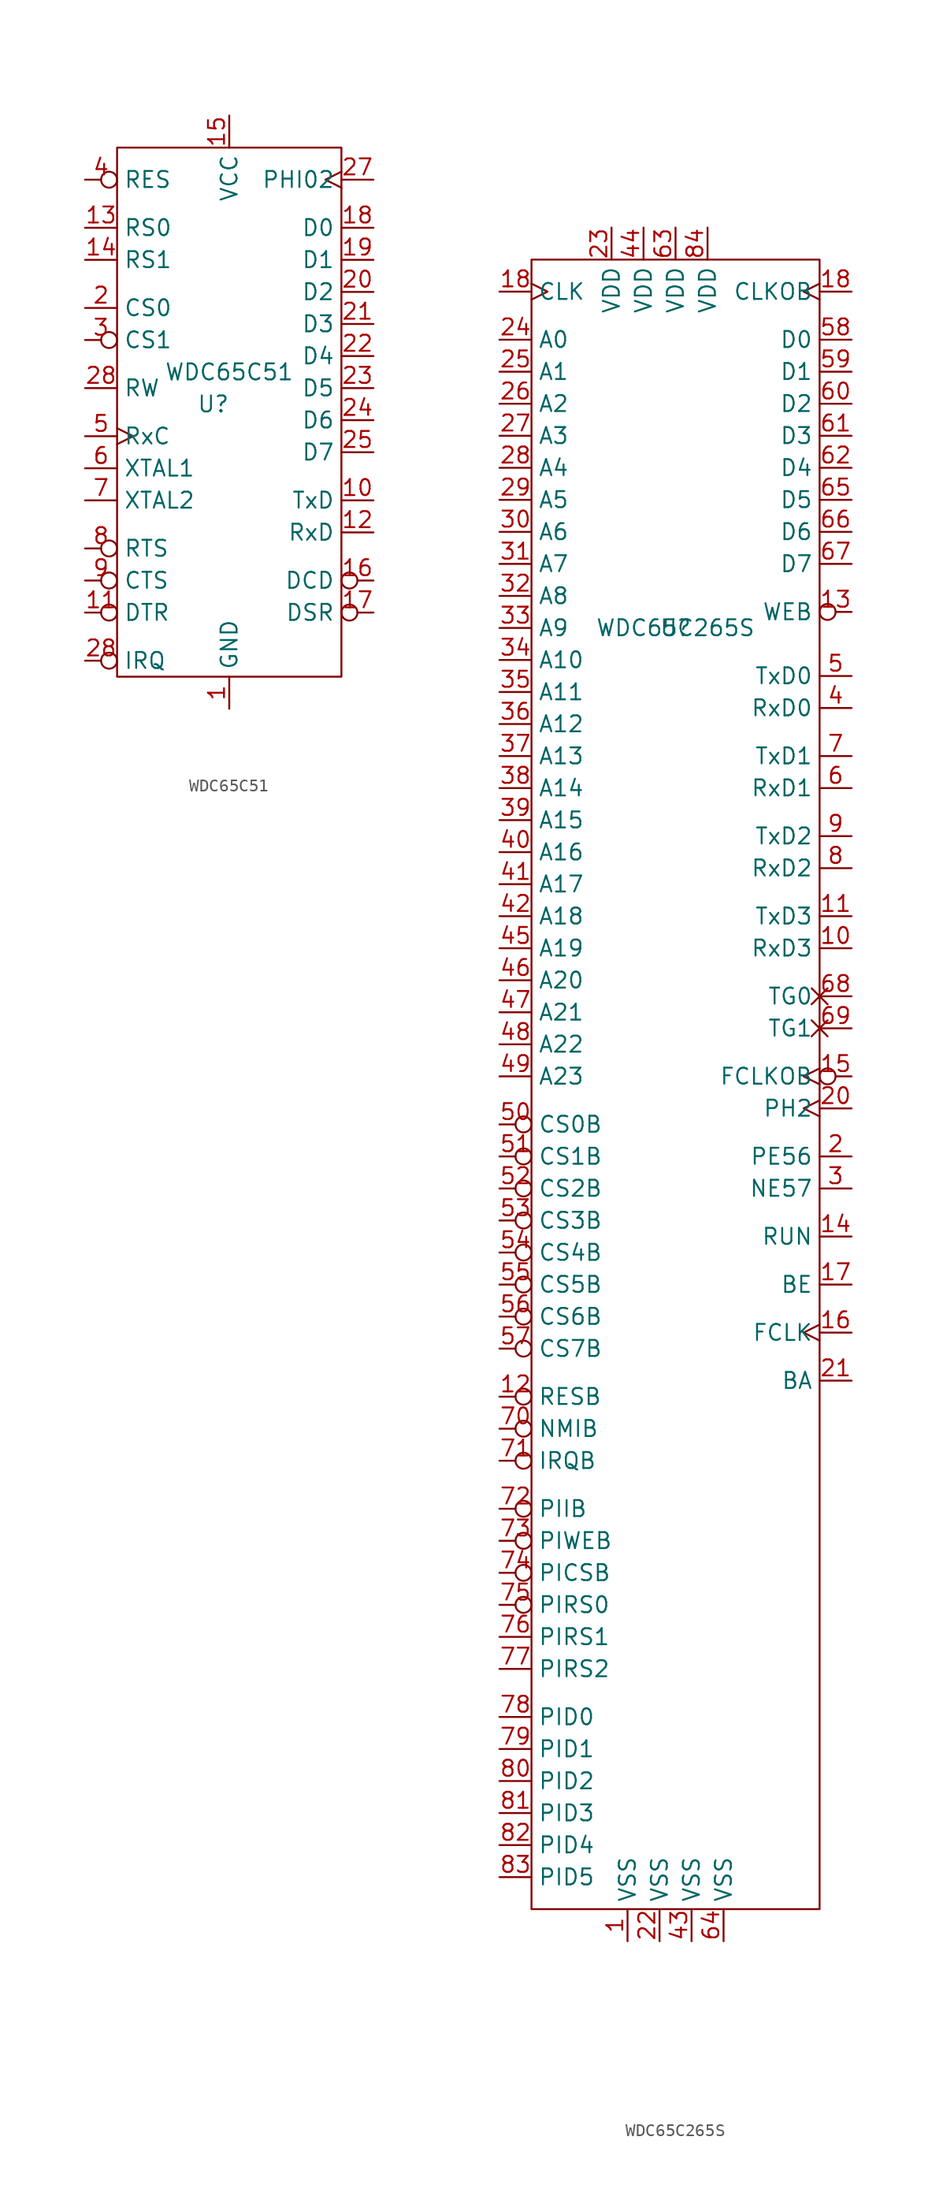
<source format=kicad_sym>
(kicad_symbol_lib
  (version 20211014)
  (generator kicad_symbol_editor)
  (symbol "WDC65C51"
    (property "Reference" "U"
      (at -1.27 2.54 0)
      (effects (font (size 1.27 1.27))))
    (property "Value" "WDC65C51"
      (at 0 5.08 0)
      (effects (font (size 1.27 1.27))))
    (symbol "WDC65C51_0_1"
      (rectangle (start -8.89 22.86) (end 8.89 -19.05) (stroke (width 0.152) (type default) (color 0 0 0 0)) (fill (type none))))
    (symbol "WDC65C51_1_1"
      (pin power_in line (at 0 -21.59 90) (length 2.54) (name "GND" (effects (font (size 1.27 1.27)))) (number "1" (effects (font (size 1.27 1.27)))))
      (pin output line (at 11.43 -5.08 180) (length 2.54) (name "TxD" (effects (font (size 1.27 1.27)))) (number "10" (effects (font (size 1.27 1.27)))))
      (pin output inverted (at -11.43 -13.97 0) (length 2.54) (name "DTR" (effects (font (size 1.27 1.27)))) (number "11" (effects (font (size 1.27 1.27)))))
      (pin input line (at 11.43 -7.62 180) (length 2.54) (name "RxD" (effects (font (size 1.27 1.27)))) (number "12" (effects (font (size 1.27 1.27)))))
      (pin input line (at -11.43 16.51 0) (length 2.54) (name "RS0" (effects (font (size 1.27 1.27)))) (number "13" (effects (font (size 1.27 1.27)))))
      (pin input line (at -11.43 13.97 0) (length 2.54) (name "RS1" (effects (font (size 1.27 1.27)))) (number "14" (effects (font (size 1.27 1.27)))))
      (pin power_in line (at 0 25.4 270) (length 2.54) (name "VCC" (effects (font (size 1.27 1.27)))) (number "15" (effects (font (size 1.27 1.27)))))
      (pin input inverted (at 11.43 -11.43 180) (length 2.54) (name "DCD" (effects (font (size 1.27 1.27)))) (number "16" (effects (font (size 1.27 1.27)))))
      (pin input inverted (at 11.43 -13.97 180) (length 2.54) (name "DSR" (effects (font (size 1.27 1.27)))) (number "17" (effects (font (size 1.27 1.27)))))
      (pin bidirectional line (at 11.43 16.51 180) (length 2.54) (name "D0" (effects (font (size 1.27 1.27)))) (number "18" (effects (font (size 1.27 1.27)))))
      (pin bidirectional line (at 11.43 13.97 180) (length 2.54) (name "D1" (effects (font (size 1.27 1.27)))) (number "19" (effects (font (size 1.27 1.27)))))
      (pin input line (at -11.43 10.16 0) (length 2.54) (name "CS0" (effects (font (size 1.27 1.27)))) (number "2" (effects (font (size 1.27 1.27)))))
      (pin bidirectional line (at 11.43 11.43 180) (length 2.54) (name "D2" (effects (font (size 1.27 1.27)))) (number "20" (effects (font (size 1.27 1.27)))))
      (pin bidirectional line (at 11.43 8.89 180) (length 2.54) (name "D3" (effects (font (size 1.27 1.27)))) (number "21" (effects (font (size 1.27 1.27)))))
      (pin bidirectional line (at 11.43 6.35 180) (length 2.54) (name "D4" (effects (font (size 1.27 1.27)))) (number "22" (effects (font (size 1.27 1.27)))))
      (pin bidirectional line (at 11.43 3.81 180) (length 2.54) (name "D5" (effects (font (size 1.27 1.27)))) (number "23" (effects (font (size 1.27 1.27)))))
      (pin bidirectional line (at 11.43 1.27 180) (length 2.54) (name "D6" (effects (font (size 1.27 1.27)))) (number "24" (effects (font (size 1.27 1.27)))))
      (pin bidirectional line (at 11.43 -1.27 180) (length 2.54) (name "D7" (effects (font (size 1.27 1.27)))) (number "25" (effects (font (size 1.27 1.27)))))
      (pin input clock (at 11.43 20.32 180) (length 2.54) (name "PHI02" (effects (font (size 1.27 1.27)))) (number "27" (effects (font (size 1.27 1.27)))))
      (pin output inverted (at -11.43 -17.78 0) (length 2.54) (name "IRQ" (effects (font (size 1.27 1.27)))) (number "28" (effects (font (size 1.27 1.27)))))
      (pin input line (at -11.43 3.81 0) (length 2.54) (name "RW" (effects (font (size 1.27 1.27)))) (number "28" (effects (font (size 1.27 1.27)))))
      (pin input inverted (at -11.43 7.62 0) (length 2.54) (name "CS1" (effects (font (size 1.27 1.27)))) (number "3" (effects (font (size 1.27 1.27)))))
      (pin input inverted (at -11.43 20.32 0) (length 2.54) (name "RES" (effects (font (size 1.27 1.27)))) (number "4" (effects (font (size 1.27 1.27)))))
      (pin input clock (at -11.43 0 0) (length 2.54) (name "RxC" (effects (font (size 1.27 1.27)))) (number "5" (effects (font (size 1.27 1.27)))))
      (pin input line (at -11.43 -2.54 0) (length 2.54) (name "XTAL1" (effects (font (size 1.27 1.27)))) (number "6" (effects (font (size 1.27 1.27)))))
      (pin input line (at -11.43 -5.08 0) (length 2.54) (name "XTAL2" (effects (font (size 1.27 1.27)))) (number "7" (effects (font (size 1.27 1.27)))))
      (pin output inverted (at -11.43 -8.89 0) (length 2.54) (name "RTS" (effects (font (size 1.27 1.27)))) (number "8" (effects (font (size 1.27 1.27)))))
      (pin input inverted (at -11.43 -11.43 0) (length 2.54) (name "CTS" (effects (font (size 1.27 1.27)))) (number "9" (effects (font (size 1.27 1.27)))))))
  (symbol "WDC65C265S"
    (property "Reference" "U"
      (at 0 27.94 0)
      (effects (font (size 1.27 1.27))))
    (property "Value" "WDC65C265S"
      (at 0 27.94 0)
      (effects (font (size 1.27 1.27))))
    (symbol "WDC65C265S_0_1"
      (rectangle (start -11.43 57.15) (end 11.43 -73.66) (stroke (width 0.152) (type default) (color 0 0 0 0)) (fill (type none))))
    (symbol "WDC65C265S_1_1"
      (pin power_in line (at -3.81 -76.2 90) (length 2.54) (name "VSS" (effects (font (size 1.27 1.27)))) (number "1" (effects (font (size 1.27 1.27)))))
      (pin input line (at 13.97 2.54 180) (length 2.54) (name "RxD3" (effects (font (size 1.27 1.27)))) (number "10" (effects (font (size 1.27 1.27)))))
      (pin output line (at 13.97 5.08 180) (length 2.54) (name "TxD3" (effects (font (size 1.27 1.27)))) (number "11" (effects (font (size 1.27 1.27)))))
      (pin bidirectional inverted (at -13.97 -33.02 0) (length 2.54) (name "RESB" (effects (font (size 1.27 1.27)))) (number "12" (effects (font (size 1.27 1.27)))))
      (pin bidirectional inverted (at 13.97 29.21 180) (length 2.54) (name "WEB" (effects (font (size 1.27 1.27)))) (number "13" (effects (font (size 1.27 1.27)))))
      (pin bidirectional line (at 13.97 -20.32 180) (length 2.54) (name "RUN" (effects (font (size 1.27 1.27)))) (number "14" (effects (font (size 1.27 1.27)))))
      (pin input inverted_clock (at 13.97 -7.62 180) (length 2.54) (name "FCLKOB" (effects (font (size 1.27 1.27)))) (number "15" (effects (font (size 1.27 1.27)))))
      (pin output clock (at 13.97 -27.94 180) (length 2.54) (name "FCLK" (effects (font (size 1.27 1.27)))) (number "16" (effects (font (size 1.27 1.27)))))
      (pin input line (at 13.97 -24.13 180) (length 2.54) (name "BE" (effects (font (size 1.27 1.27)))) (number "17" (effects (font (size 1.27 1.27)))))
      (pin input clock (at -13.97 54.61 0) (length 2.54) (name "CLK" (effects (font (size 1.27 1.27)))) (number "18" (effects (font (size 1.27 1.27)))))
      (pin output clock (at 13.97 54.61 180) (length 2.54) (name "CLKOB" (effects (font (size 1.27 1.27)))) (number "18" (effects (font (size 1.27 1.27)))))
      (pin output line (at 13.97 -13.97 180) (length 2.54) (name "PE56" (effects (font (size 1.27 1.27)))) (number "2" (effects (font (size 1.27 1.27)))))
      (pin output clock (at 13.97 -10.16 180) (length 2.54) (name "PH2" (effects (font (size 1.27 1.27)))) (number "20" (effects (font (size 1.27 1.27)))))
      (pin output line (at 13.97 -31.75 180) (length 2.54) (name "BA" (effects (font (size 1.27 1.27)))) (number "21" (effects (font (size 1.27 1.27)))))
      (pin power_in line (at -1.27 -76.2 90) (length 2.54) (name "VSS" (effects (font (size 1.27 1.27)))) (number "22" (effects (font (size 1.27 1.27)))))
      (pin power_in line (at -5.08 59.69 270) (length 2.54) (name "VDD" (effects (font (size 1.27 1.27)))) (number "23" (effects (font (size 1.27 1.27)))))
      (pin bidirectional line (at -13.97 50.8 0) (length 2.54) (name "A0" (effects (font (size 1.27 1.27)))) (number "24" (effects (font (size 1.27 1.27)))))
      (pin bidirectional line (at -13.97 48.26 0) (length 2.54) (name "A1" (effects (font (size 1.27 1.27)))) (number "25" (effects (font (size 1.27 1.27)))))
      (pin bidirectional line (at -13.97 45.72 0) (length 2.54) (name "A2" (effects (font (size 1.27 1.27)))) (number "26" (effects (font (size 1.27 1.27)))))
      (pin bidirectional line (at -13.97 43.18 0) (length 2.54) (name "A3" (effects (font (size 1.27 1.27)))) (number "27" (effects (font (size 1.27 1.27)))))
      (pin bidirectional line (at -13.97 40.64 0) (length 2.54) (name "A4" (effects (font (size 1.27 1.27)))) (number "28" (effects (font (size 1.27 1.27)))))
      (pin bidirectional line (at -13.97 38.1 0) (length 2.54) (name "A5" (effects (font (size 1.27 1.27)))) (number "29" (effects (font (size 1.27 1.27)))))
      (pin output line (at 13.97 -16.51 180) (length 2.54) (name "NE57" (effects (font (size 1.27 1.27)))) (number "3" (effects (font (size 1.27 1.27)))))
      (pin bidirectional line (at -13.97 35.56 0) (length 2.54) (name "A6" (effects (font (size 1.27 1.27)))) (number "30" (effects (font (size 1.27 1.27)))))
      (pin bidirectional line (at -13.97 33.02 0) (length 2.54) (name "A7" (effects (font (size 1.27 1.27)))) (number "31" (effects (font (size 1.27 1.27)))))
      (pin bidirectional line (at -13.97 30.48 0) (length 2.54) (name "A8" (effects (font (size 1.27 1.27)))) (number "32" (effects (font (size 1.27 1.27)))))
      (pin bidirectional line (at -13.97 27.94 0) (length 2.54) (name "A9" (effects (font (size 1.27 1.27)))) (number "33" (effects (font (size 1.27 1.27)))))
      (pin bidirectional line (at -13.97 25.4 0) (length 2.54) (name "A10" (effects (font (size 1.27 1.27)))) (number "34" (effects (font (size 1.27 1.27)))))
      (pin bidirectional line (at -13.97 22.86 0) (length 2.54) (name "A11" (effects (font (size 1.27 1.27)))) (number "35" (effects (font (size 1.27 1.27)))))
      (pin bidirectional line (at -13.97 20.32 0) (length 2.54) (name "A12" (effects (font (size 1.27 1.27)))) (number "36" (effects (font (size 1.27 1.27)))))
      (pin bidirectional line (at -13.97 17.78 0) (length 2.54) (name "A13" (effects (font (size 1.27 1.27)))) (number "37" (effects (font (size 1.27 1.27)))))
      (pin bidirectional line (at -13.97 15.24 0) (length 2.54) (name "A14" (effects (font (size 1.27 1.27)))) (number "38" (effects (font (size 1.27 1.27)))))
      (pin bidirectional line (at -13.97 12.7 0) (length 2.54) (name "A15" (effects (font (size 1.27 1.27)))) (number "39" (effects (font (size 1.27 1.27)))))
      (pin input line (at 13.97 21.59 180) (length 2.54) (name "RxD0" (effects (font (size 1.27 1.27)))) (number "4" (effects (font (size 1.27 1.27)))))
      (pin bidirectional line (at -13.97 10.16 0) (length 2.54) (name "A16" (effects (font (size 1.27 1.27)))) (number "40" (effects (font (size 1.27 1.27)))))
      (pin bidirectional line (at -13.97 7.62 0) (length 2.54) (name "A17" (effects (font (size 1.27 1.27)))) (number "41" (effects (font (size 1.27 1.27)))))
      (pin bidirectional line (at -13.97 5.08 0) (length 2.54) (name "A18" (effects (font (size 1.27 1.27)))) (number "42" (effects (font (size 1.27 1.27)))))
      (pin power_in line (at 1.27 -76.2 90) (length 2.54) (name "VSS" (effects (font (size 1.27 1.27)))) (number "43" (effects (font (size 1.27 1.27)))))
      (pin power_in line (at -2.54 59.69 270) (length 2.54) (name "VDD" (effects (font (size 1.27 1.27)))) (number "44" (effects (font (size 1.27 1.27)))))
      (pin bidirectional line (at -13.97 2.54 0) (length 2.54) (name "A19" (effects (font (size 1.27 1.27)))) (number "45" (effects (font (size 1.27 1.27)))))
      (pin bidirectional line (at -13.97 0 0) (length 2.54) (name "A20" (effects (font (size 1.27 1.27)))) (number "46" (effects (font (size 1.27 1.27)))))
      (pin bidirectional line (at -13.97 -2.54 0) (length 2.54) (name "A21" (effects (font (size 1.27 1.27)))) (number "47" (effects (font (size 1.27 1.27)))))
      (pin bidirectional line (at -13.97 -5.08 0) (length 2.54) (name "A22" (effects (font (size 1.27 1.27)))) (number "48" (effects (font (size 1.27 1.27)))))
      (pin bidirectional line (at -13.97 -7.62 0) (length 2.54) (name "A23" (effects (font (size 1.27 1.27)))) (number "49" (effects (font (size 1.27 1.27)))))
      (pin output line (at 13.97 24.13 180) (length 2.54) (name "TxD0" (effects (font (size 1.27 1.27)))) (number "5" (effects (font (size 1.27 1.27)))))
      (pin output inverted (at -13.97 -11.43 0) (length 2.54) (name "CS0B" (effects (font (size 1.27 1.27)))) (number "50" (effects (font (size 1.27 1.27)))))
      (pin output inverted (at -13.97 -13.97 0) (length 2.54) (name "CS1B" (effects (font (size 1.27 1.27)))) (number "51" (effects (font (size 1.27 1.27)))))
      (pin output inverted (at -13.97 -16.51 0) (length 2.54) (name "CS2B" (effects (font (size 1.27 1.27)))) (number "52" (effects (font (size 1.27 1.27)))))
      (pin output inverted (at -13.97 -19.05 0) (length 2.54) (name "CS3B" (effects (font (size 1.27 1.27)))) (number "53" (effects (font (size 1.27 1.27)))))
      (pin output inverted (at -13.97 -21.59 0) (length 2.54) (name "CS4B" (effects (font (size 1.27 1.27)))) (number "54" (effects (font (size 1.27 1.27)))))
      (pin output inverted (at -13.97 -24.13 0) (length 2.54) (name "CS5B" (effects (font (size 1.27 1.27)))) (number "55" (effects (font (size 1.27 1.27)))))
      (pin output inverted (at -13.97 -26.67 0) (length 2.54) (name "CS6B" (effects (font (size 1.27 1.27)))) (number "56" (effects (font (size 1.27 1.27)))))
      (pin output inverted (at -13.97 -29.21 0) (length 2.54) (name "CS7B" (effects (font (size 1.27 1.27)))) (number "57" (effects (font (size 1.27 1.27)))))
      (pin bidirectional line (at 13.97 50.8 180) (length 2.54) (name "D0" (effects (font (size 1.27 1.27)))) (number "58" (effects (font (size 1.27 1.27)))))
      (pin bidirectional line (at 13.97 48.26 180) (length 2.54) (name "D1" (effects (font (size 1.27 1.27)))) (number "59" (effects (font (size 1.27 1.27)))))
      (pin input line (at 13.97 15.24 180) (length 2.54) (name "RxD1" (effects (font (size 1.27 1.27)))) (number "6" (effects (font (size 1.27 1.27)))))
      (pin bidirectional line (at 13.97 45.72 180) (length 2.54) (name "D2" (effects (font (size 1.27 1.27)))) (number "60" (effects (font (size 1.27 1.27)))))
      (pin bidirectional line (at 13.97 43.18 180) (length 2.54) (name "D3" (effects (font (size 1.27 1.27)))) (number "61" (effects (font (size 1.27 1.27)))))
      (pin bidirectional line (at 13.97 40.64 180) (length 2.54) (name "D4" (effects (font (size 1.27 1.27)))) (number "62" (effects (font (size 1.27 1.27)))))
      (pin power_in line (at 0 59.69 270) (length 2.54) (name "VDD" (effects (font (size 1.27 1.27)))) (number "63" (effects (font (size 1.27 1.27)))))
      (pin power_in line (at 3.81 -76.2 90) (length 2.54) (name "VSS" (effects (font (size 1.27 1.27)))) (number "64" (effects (font (size 1.27 1.27)))))
      (pin bidirectional line (at 13.97 38.1 180) (length 2.54) (name "D5" (effects (font (size 1.27 1.27)))) (number "65" (effects (font (size 1.27 1.27)))))
      (pin bidirectional line (at 13.97 35.56 180) (length 2.54) (name "D6" (effects (font (size 1.27 1.27)))) (number "66" (effects (font (size 1.27 1.27)))))
      (pin bidirectional line (at 13.97 33.02 180) (length 2.54) (name "D7" (effects (font (size 1.27 1.27)))) (number "67" (effects (font (size 1.27 1.27)))))
      (pin output non_logic (at 13.97 -1.27 180) (length 2.54) (name "TG0" (effects (font (size 1.27 1.27)))) (number "68" (effects (font (size 1.27 1.27)))))
      (pin output non_logic (at 13.97 -3.81 180) (length 2.54) (name "TG1" (effects (font (size 1.27 1.27)))) (number "69" (effects (font (size 1.27 1.27)))))
      (pin output line (at 13.97 17.78 180) (length 2.54) (name "TxD1" (effects (font (size 1.27 1.27)))) (number "7" (effects (font (size 1.27 1.27)))))
      (pin input inverted (at -13.97 -35.56 0) (length 2.54) (name "NMIB" (effects (font (size 1.27 1.27)))) (number "70" (effects (font (size 1.27 1.27)))))
      (pin input inverted (at -13.97 -38.1 0) (length 2.54) (name "IRQB" (effects (font (size 1.27 1.27)))) (number "71" (effects (font (size 1.27 1.27)))))
      (pin bidirectional inverted (at -13.97 -41.91 0) (length 2.54) (name "PIIB" (effects (font (size 1.27 1.27)))) (number "72" (effects (font (size 1.27 1.27)))))
      (pin bidirectional inverted (at -13.97 -44.45 0) (length 2.54) (name "PIWEB" (effects (font (size 1.27 1.27)))) (number "73" (effects (font (size 1.27 1.27)))))
      (pin bidirectional inverted (at -13.97 -46.99 0) (length 2.54) (name "PICSB" (effects (font (size 1.27 1.27)))) (number "74" (effects (font (size 1.27 1.27)))))
      (pin bidirectional inverted (at -13.97 -49.53 0) (length 2.54) (name "PIRS0" (effects (font (size 1.27 1.27)))) (number "75" (effects (font (size 1.27 1.27)))))
      (pin bidirectional line (at -13.97 -52.07 0) (length 2.54) (name "PIRS1" (effects (font (size 1.27 1.27)))) (number "76" (effects (font (size 1.27 1.27)))))
      (pin bidirectional line (at -13.97 -54.61 0) (length 2.54) (name "PIRS2" (effects (font (size 1.27 1.27)))) (number "77" (effects (font (size 1.27 1.27)))))
      (pin bidirectional line (at -13.97 -58.42 0) (length 2.54) (name "PID0" (effects (font (size 1.27 1.27)))) (number "78" (effects (font (size 1.27 1.27)))))
      (pin bidirectional line (at -13.97 -60.96 0) (length 2.54) (name "PID1" (effects (font (size 1.27 1.27)))) (number "79" (effects (font (size 1.27 1.27)))))
      (pin input line (at 13.97 8.89 180) (length 2.54) (name "RxD2" (effects (font (size 1.27 1.27)))) (number "8" (effects (font (size 1.27 1.27)))))
      (pin bidirectional line (at -13.97 -63.5 0) (length 2.54) (name "PID2" (effects (font (size 1.27 1.27)))) (number "80" (effects (font (size 1.27 1.27)))))
      (pin bidirectional line (at -13.97 -66.04 0) (length 2.54) (name "PID3" (effects (font (size 1.27 1.27)))) (number "81" (effects (font (size 1.27 1.27)))))
      (pin bidirectional line (at -13.97 -68.58 0) (length 2.54) (name "PID4" (effects (font (size 1.27 1.27)))) (number "82" (effects (font (size 1.27 1.27)))))
      (pin bidirectional line (at -13.97 -71.12 0) (length 2.54) (name "PID5" (effects (font (size 1.27 1.27)))) (number "83" (effects (font (size 1.27 1.27)))))
      (pin power_in line (at 2.54 59.69 270) (length 2.54) (name "VDD" (effects (font (size 1.27 1.27)))) (number "84" (effects (font (size 1.27 1.27)))))
      (pin output line (at 13.97 11.43 180) (length 2.54) (name "TxD2" (effects (font (size 1.27 1.27)))) (number "9" (effects (font (size 1.27 1.27))))))))
</source>
